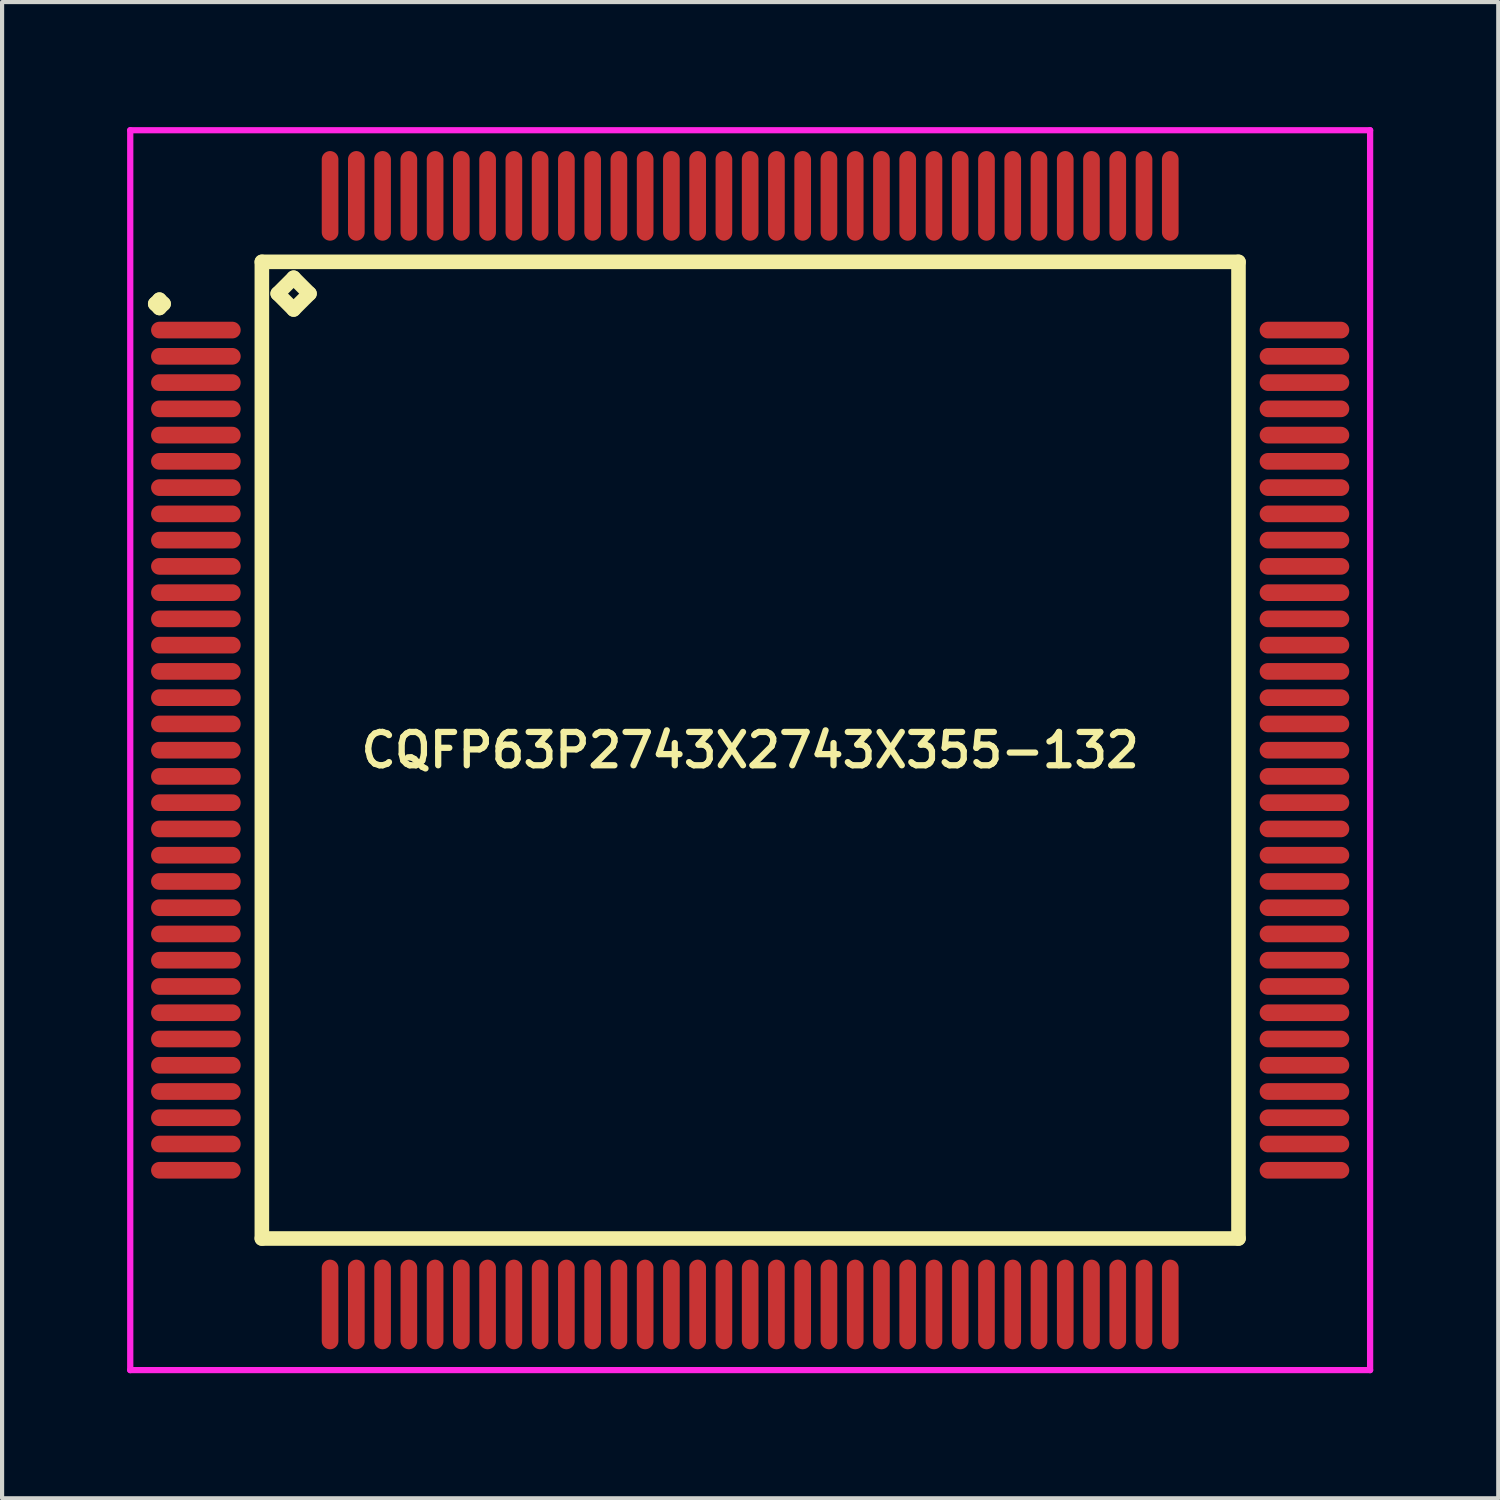
<source format=kicad_pcb>
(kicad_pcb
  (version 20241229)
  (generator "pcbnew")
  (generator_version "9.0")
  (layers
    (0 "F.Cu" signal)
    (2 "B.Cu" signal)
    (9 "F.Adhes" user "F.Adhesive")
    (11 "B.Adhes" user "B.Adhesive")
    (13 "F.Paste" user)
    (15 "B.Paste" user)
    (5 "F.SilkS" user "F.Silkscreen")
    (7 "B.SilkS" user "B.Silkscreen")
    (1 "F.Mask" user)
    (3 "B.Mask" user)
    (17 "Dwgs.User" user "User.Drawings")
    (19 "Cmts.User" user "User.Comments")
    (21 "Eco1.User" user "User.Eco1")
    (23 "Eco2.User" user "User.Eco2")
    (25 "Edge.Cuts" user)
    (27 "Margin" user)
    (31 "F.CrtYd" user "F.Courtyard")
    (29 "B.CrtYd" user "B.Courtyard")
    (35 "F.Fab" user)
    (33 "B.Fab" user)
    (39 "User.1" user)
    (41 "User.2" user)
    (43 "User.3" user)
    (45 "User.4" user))
  (footprint "CQFP63P2743X2743X355-132"
    (layer "F.Cu")
    (at 14.95 14.95)
    (property "Reference" "CQFP63P2743X2743X355-132" (at 0 0 0) (layer "F.SilkS") (effects (font (size 0.8 0.8) (thickness 0.15))))
    (attr smd)
    (fp_line (start -14.275 -10.71) (end -14.175 -10.81) (stroke (width 0.35) (type solid)) (layer "F.SilkS"))
    (fp_line (start -14.175 -10.81) (end -14.075 -10.71) (stroke (width 0.35) (type solid)) (layer "F.SilkS"))
    (fp_line (start -14.175 -10.61) (end -14.275 -10.71) (stroke (width 0.35) (type solid)) (layer "F.SilkS"))
    (fp_line (start -14.075 -10.71) (end -14.175 -10.61) (stroke (width 0.35) (type solid)) (layer "F.SilkS"))
    (fp_line (start -11.717 -11.717) (end -11.717 11.717) (stroke (width 0.35) (type solid)) (layer "F.SilkS"))
    (fp_line (start -11.717 11.717) (end 11.717 11.717) (stroke (width 0.35) (type solid)) (layer "F.SilkS"))
    (fp_line (start -11.336 -10.955) (end -10.955 -11.336) (stroke (width 0.35) (type solid)) (layer "F.SilkS"))
    (fp_line (start -10.955 -11.336) (end -10.574 -10.955) (stroke (width 0.35) (type solid)) (layer "F.SilkS"))
    (fp_line (start -10.955 -10.574) (end -11.336 -10.955) (stroke (width 0.35) (type solid)) (layer "F.SilkS"))
    (fp_line (start -10.574 -10.955) (end -10.955 -10.574) (stroke (width 0.35) (type solid)) (layer "F.SilkS"))
    (fp_line (start 11.717 -11.717) (end -11.717 -11.717) (stroke (width 0.35) (type solid)) (layer "F.SilkS"))
    (fp_line (start 11.717 11.717) (end 11.717 -11.717) (stroke (width 0.35) (type solid)) (layer "F.SilkS"))
    (fp_line (start -14.875 -14.875) (end 14.875 -14.875) (stroke (width 0.15) (type solid)) (layer "F.CrtYd"))
    (fp_line (start -14.875 14.875) (end -14.875 -14.875) (stroke (width 0.15) (type solid)) (layer "F.CrtYd"))
    (fp_line (start 14.875 -14.875) (end 14.875 14.875) (stroke (width 0.15) (type solid)) (layer "F.CrtYd"))
    (fp_line (start 14.875 14.875) (end -14.875 14.875) (stroke (width 0.15) (type solid)) (layer "F.CrtYd"))
    (pad "1" smd oval (at -13.3 -10.08) (size 2.15 0.4) (layers "F.Cu" "F.Mask" "F.Paste"))
    (pad "2" smd oval (at -13.3 -9.45) (size 2.15 0.4) (layers "F.Cu" "F.Mask" "F.Paste"))
    (pad "3" smd oval (at -13.3 -8.82) (size 2.15 0.4) (layers "F.Cu" "F.Mask" "F.Paste"))
    (pad "4" smd oval (at -13.3 -8.19) (size 2.15 0.4) (layers "F.Cu" "F.Mask" "F.Paste"))
    (pad "5" smd oval (at -13.3 -7.56) (size 2.15 0.4) (layers "F.Cu" "F.Mask" "F.Paste"))
    (pad "6" smd oval (at -13.3 -6.93) (size 2.15 0.4) (layers "F.Cu" "F.Mask" "F.Paste"))
    (pad "7" smd oval (at -13.3 -6.3) (size 2.15 0.4) (layers "F.Cu" "F.Mask" "F.Paste"))
    (pad "8" smd oval (at -13.3 -5.67) (size 2.15 0.4) (layers "F.Cu" "F.Mask" "F.Paste"))
    (pad "9" smd oval (at -13.3 -5.04) (size 2.15 0.4) (layers "F.Cu" "F.Mask" "F.Paste"))
    (pad "10" smd oval (at -13.3 -4.41) (size 2.15 0.4) (layers "F.Cu" "F.Mask" "F.Paste"))
    (pad "11" smd oval (at -13.3 -3.78) (size 2.15 0.4) (layers "F.Cu" "F.Mask" "F.Paste"))
    (pad "12" smd oval (at -13.3 -3.15) (size 2.15 0.4) (layers "F.Cu" "F.Mask" "F.Paste"))
    (pad "13" smd oval (at -13.3 -2.52) (size 2.15 0.4) (layers "F.Cu" "F.Mask" "F.Paste"))
    (pad "14" smd oval (at -13.3 -1.89) (size 2.15 0.4) (layers "F.Cu" "F.Mask" "F.Paste"))
    (pad "15" smd oval (at -13.3 -1.26) (size 2.15 0.4) (layers "F.Cu" "F.Mask" "F.Paste"))
    (pad "16" smd oval (at -13.3 -0.63) (size 2.15 0.4) (layers "F.Cu" "F.Mask" "F.Paste"))
    (pad "17" smd oval (at -13.3 0) (size 2.15 0.4) (layers "F.Cu" "F.Mask" "F.Paste"))
    (pad "18" smd oval (at -13.3 0.63) (size 2.15 0.4) (layers "F.Cu" "F.Mask" "F.Paste"))
    (pad "19" smd oval (at -13.3 1.26) (size 2.15 0.4) (layers "F.Cu" "F.Mask" "F.Paste"))
    (pad "20" smd oval (at -13.3 1.89) (size 2.15 0.4) (layers "F.Cu" "F.Mask" "F.Paste"))
    (pad "21" smd oval (at -13.3 2.52) (size 2.15 0.4) (layers "F.Cu" "F.Mask" "F.Paste"))
    (pad "22" smd oval (at -13.3 3.15) (size 2.15 0.4) (layers "F.Cu" "F.Mask" "F.Paste"))
    (pad "23" smd oval (at -13.3 3.78) (size 2.15 0.4) (layers "F.Cu" "F.Mask" "F.Paste"))
    (pad "24" smd oval (at -13.3 4.41) (size 2.15 0.4) (layers "F.Cu" "F.Mask" "F.Paste"))
    (pad "25" smd oval (at -13.3 5.04) (size 2.15 0.4) (layers "F.Cu" "F.Mask" "F.Paste"))
    (pad "26" smd oval (at -13.3 5.67) (size 2.15 0.4) (layers "F.Cu" "F.Mask" "F.Paste"))
    (pad "27" smd oval (at -13.3 6.3) (size 2.15 0.4) (layers "F.Cu" "F.Mask" "F.Paste"))
    (pad "28" smd oval (at -13.3 6.93) (size 2.15 0.4) (layers "F.Cu" "F.Mask" "F.Paste"))
    (pad "29" smd oval (at -13.3 7.56) (size 2.15 0.4) (layers "F.Cu" "F.Mask" "F.Paste"))
    (pad "30" smd oval (at -13.3 8.19) (size 2.15 0.4) (layers "F.Cu" "F.Mask" "F.Paste"))
    (pad "31" smd oval (at -13.3 8.82) (size 2.15 0.4) (layers "F.Cu" "F.Mask" "F.Paste"))
    (pad "32" smd oval (at -13.3 9.45) (size 2.15 0.4) (layers "F.Cu" "F.Mask" "F.Paste"))
    (pad "33" smd oval (at -13.3 10.08) (size 2.15 0.4) (layers "F.Cu" "F.Mask" "F.Paste"))
    (pad "34" smd oval (at -10.08 13.3) (size 0.4 2.15) (layers "F.Cu" "F.Mask" "F.Paste"))
    (pad "35" smd oval (at -9.45 13.3) (size 0.4 2.15) (layers "F.Cu" "F.Mask" "F.Paste"))
    (pad "36" smd oval (at -8.82 13.3) (size 0.4 2.15) (layers "F.Cu" "F.Mask" "F.Paste"))
    (pad "37" smd oval (at -8.19 13.3) (size 0.4 2.15) (layers "F.Cu" "F.Mask" "F.Paste"))
    (pad "38" smd oval (at -7.56 13.3) (size 0.4 2.15) (layers "F.Cu" "F.Mask" "F.Paste"))
    (pad "39" smd oval (at -6.93 13.3) (size 0.4 2.15) (layers "F.Cu" "F.Mask" "F.Paste"))
    (pad "40" smd oval (at -6.3 13.3) (size 0.4 2.15) (layers "F.Cu" "F.Mask" "F.Paste"))
    (pad "41" smd oval (at -5.67 13.3) (size 0.4 2.15) (layers "F.Cu" "F.Mask" "F.Paste"))
    (pad "42" smd oval (at -5.04 13.3) (size 0.4 2.15) (layers "F.Cu" "F.Mask" "F.Paste"))
    (pad "43" smd oval (at -4.41 13.3) (size 0.4 2.15) (layers "F.Cu" "F.Mask" "F.Paste"))
    (pad "44" smd oval (at -3.78 13.3) (size 0.4 2.15) (layers "F.Cu" "F.Mask" "F.Paste"))
    (pad "45" smd oval (at -3.15 13.3) (size 0.4 2.15) (layers "F.Cu" "F.Mask" "F.Paste"))
    (pad "46" smd oval (at -2.52 13.3) (size 0.4 2.15) (layers "F.Cu" "F.Mask" "F.Paste"))
    (pad "47" smd oval (at -1.89 13.3) (size 0.4 2.15) (layers "F.Cu" "F.Mask" "F.Paste"))
    (pad "48" smd oval (at -1.26 13.3) (size 0.4 2.15) (layers "F.Cu" "F.Mask" "F.Paste"))
    (pad "49" smd oval (at -0.63 13.3) (size 0.4 2.15) (layers "F.Cu" "F.Mask" "F.Paste"))
    (pad "50" smd oval (at 0 13.3) (size 0.4 2.15) (layers "F.Cu" "F.Mask" "F.Paste"))
    (pad "51" smd oval (at 0.63 13.3) (size 0.4 2.15) (layers "F.Cu" "F.Mask" "F.Paste"))
    (pad "52" smd oval (at 1.26 13.3) (size 0.4 2.15) (layers "F.Cu" "F.Mask" "F.Paste"))
    (pad "53" smd oval (at 1.89 13.3) (size 0.4 2.15) (layers "F.Cu" "F.Mask" "F.Paste"))
    (pad "54" smd oval (at 2.52 13.3) (size 0.4 2.15) (layers "F.Cu" "F.Mask" "F.Paste"))
    (pad "55" smd oval (at 3.15 13.3) (size 0.4 2.15) (layers "F.Cu" "F.Mask" "F.Paste"))
    (pad "56" smd oval (at 3.78 13.3) (size 0.4 2.15) (layers "F.Cu" "F.Mask" "F.Paste"))
    (pad "57" smd oval (at 4.41 13.3) (size 0.4 2.15) (layers "F.Cu" "F.Mask" "F.Paste"))
    (pad "58" smd oval (at 5.04 13.3) (size 0.4 2.15) (layers "F.Cu" "F.Mask" "F.Paste"))
    (pad "59" smd oval (at 5.67 13.3) (size 0.4 2.15) (layers "F.Cu" "F.Mask" "F.Paste"))
    (pad "60" smd oval (at 6.3 13.3) (size 0.4 2.15) (layers "F.Cu" "F.Mask" "F.Paste"))
    (pad "61" smd oval (at 6.93 13.3) (size 0.4 2.15) (layers "F.Cu" "F.Mask" "F.Paste"))
    (pad "62" smd oval (at 7.56 13.3) (size 0.4 2.15) (layers "F.Cu" "F.Mask" "F.Paste"))
    (pad "63" smd oval (at 8.19 13.3) (size 0.4 2.15) (layers "F.Cu" "F.Mask" "F.Paste"))
    (pad "64" smd oval (at 8.82 13.3) (size 0.4 2.15) (layers "F.Cu" "F.Mask" "F.Paste"))
    (pad "65" smd oval (at 9.45 13.3) (size 0.4 2.15) (layers "F.Cu" "F.Mask" "F.Paste"))
    (pad "66" smd oval (at 10.08 13.3) (size 0.4 2.15) (layers "F.Cu" "F.Mask" "F.Paste"))
    (pad "67" smd oval (at 13.3 10.08) (size 2.15 0.4) (layers "F.Cu" "F.Mask" "F.Paste"))
    (pad "68" smd oval (at 13.3 9.45) (size 2.15 0.4) (layers "F.Cu" "F.Mask" "F.Paste"))
    (pad "69" smd oval (at 13.3 8.82) (size 2.15 0.4) (layers "F.Cu" "F.Mask" "F.Paste"))
    (pad "70" smd oval (at 13.3 8.19) (size 2.15 0.4) (layers "F.Cu" "F.Mask" "F.Paste"))
    (pad "71" smd oval (at 13.3 7.56) (size 2.15 0.4) (layers "F.Cu" "F.Mask" "F.Paste"))
    (pad "72" smd oval (at 13.3 6.93) (size 2.15 0.4) (layers "F.Cu" "F.Mask" "F.Paste"))
    (pad "73" smd oval (at 13.3 6.3) (size 2.15 0.4) (layers "F.Cu" "F.Mask" "F.Paste"))
    (pad "74" smd oval (at 13.3 5.67) (size 2.15 0.4) (layers "F.Cu" "F.Mask" "F.Paste"))
    (pad "75" smd oval (at 13.3 5.04) (size 2.15 0.4) (layers "F.Cu" "F.Mask" "F.Paste"))
    (pad "76" smd oval (at 13.3 4.41) (size 2.15 0.4) (layers "F.Cu" "F.Mask" "F.Paste"))
    (pad "77" smd oval (at 13.3 3.78) (size 2.15 0.4) (layers "F.Cu" "F.Mask" "F.Paste"))
    (pad "78" smd oval (at 13.3 3.15) (size 2.15 0.4) (layers "F.Cu" "F.Mask" "F.Paste"))
    (pad "79" smd oval (at 13.3 2.52) (size 2.15 0.4) (layers "F.Cu" "F.Mask" "F.Paste"))
    (pad "80" smd oval (at 13.3 1.89) (size 2.15 0.4) (layers "F.Cu" "F.Mask" "F.Paste"))
    (pad "81" smd oval (at 13.3 1.26) (size 2.15 0.4) (layers "F.Cu" "F.Mask" "F.Paste"))
    (pad "82" smd oval (at 13.3 0.63) (size 2.15 0.4) (layers "F.Cu" "F.Mask" "F.Paste"))
    (pad "83" smd oval (at 13.3 0) (size 2.15 0.4) (layers "F.Cu" "F.Mask" "F.Paste"))
    (pad "84" smd oval (at 13.3 -0.63) (size 2.15 0.4) (layers "F.Cu" "F.Mask" "F.Paste"))
    (pad "85" smd oval (at 13.3 -1.26) (size 2.15 0.4) (layers "F.Cu" "F.Mask" "F.Paste"))
    (pad "86" smd oval (at 13.3 -1.89) (size 2.15 0.4) (layers "F.Cu" "F.Mask" "F.Paste"))
    (pad "87" smd oval (at 13.3 -2.52) (size 2.15 0.4) (layers "F.Cu" "F.Mask" "F.Paste"))
    (pad "88" smd oval (at 13.3 -3.15) (size 2.15 0.4) (layers "F.Cu" "F.Mask" "F.Paste"))
    (pad "89" smd oval (at 13.3 -3.78) (size 2.15 0.4) (layers "F.Cu" "F.Mask" "F.Paste"))
    (pad "90" smd oval (at 13.3 -4.41) (size 2.15 0.4) (layers "F.Cu" "F.Mask" "F.Paste"))
    (pad "91" smd oval (at 13.3 -5.04) (size 2.15 0.4) (layers "F.Cu" "F.Mask" "F.Paste"))
    (pad "92" smd oval (at 13.3 -5.67) (size 2.15 0.4) (layers "F.Cu" "F.Mask" "F.Paste"))
    (pad "93" smd oval (at 13.3 -6.3) (size 2.15 0.4) (layers "F.Cu" "F.Mask" "F.Paste"))
    (pad "94" smd oval (at 13.3 -6.93) (size 2.15 0.4) (layers "F.Cu" "F.Mask" "F.Paste"))
    (pad "95" smd oval (at 13.3 -7.56) (size 2.15 0.4) (layers "F.Cu" "F.Mask" "F.Paste"))
    (pad "96" smd oval (at 13.3 -8.19) (size 2.15 0.4) (layers "F.Cu" "F.Mask" "F.Paste"))
    (pad "97" smd oval (at 13.3 -8.82) (size 2.15 0.4) (layers "F.Cu" "F.Mask" "F.Paste"))
    (pad "98" smd oval (at 13.3 -9.45) (size 2.15 0.4) (layers "F.Cu" "F.Mask" "F.Paste"))
    (pad "99" smd oval (at 13.3 -10.08) (size 2.15 0.4) (layers "F.Cu" "F.Mask" "F.Paste"))
    (pad "100" smd oval (at 10.08 -13.3) (size 0.4 2.15) (layers "F.Cu" "F.Mask" "F.Paste"))
    (pad "101" smd oval (at 9.45 -13.3) (size 0.4 2.15) (layers "F.Cu" "F.Mask" "F.Paste"))
    (pad "102" smd oval (at 8.82 -13.3) (size 0.4 2.15) (layers "F.Cu" "F.Mask" "F.Paste"))
    (pad "103" smd oval (at 8.19 -13.3) (size 0.4 2.15) (layers "F.Cu" "F.Mask" "F.Paste"))
    (pad "104" smd oval (at 7.56 -13.3) (size 0.4 2.15) (layers "F.Cu" "F.Mask" "F.Paste"))
    (pad "105" smd oval (at 6.93 -13.3) (size 0.4 2.15) (layers "F.Cu" "F.Mask" "F.Paste"))
    (pad "106" smd oval (at 6.3 -13.3) (size 0.4 2.15) (layers "F.Cu" "F.Mask" "F.Paste"))
    (pad "107" smd oval (at 5.67 -13.3) (size 0.4 2.15) (layers "F.Cu" "F.Mask" "F.Paste"))
    (pad "108" smd oval (at 5.04 -13.3) (size 0.4 2.15) (layers "F.Cu" "F.Mask" "F.Paste"))
    (pad "109" smd oval (at 4.41 -13.3) (size 0.4 2.15) (layers "F.Cu" "F.Mask" "F.Paste"))
    (pad "110" smd oval (at 3.78 -13.3) (size 0.4 2.15) (layers "F.Cu" "F.Mask" "F.Paste"))
    (pad "111" smd oval (at 3.15 -13.3) (size 0.4 2.15) (layers "F.Cu" "F.Mask" "F.Paste"))
    (pad "112" smd oval (at 2.52 -13.3) (size 0.4 2.15) (layers "F.Cu" "F.Mask" "F.Paste"))
    (pad "113" smd oval (at 1.89 -13.3) (size 0.4 2.15) (layers "F.Cu" "F.Mask" "F.Paste"))
    (pad "114" smd oval (at 1.26 -13.3) (size 0.4 2.15) (layers "F.Cu" "F.Mask" "F.Paste"))
    (pad "115" smd oval (at 0.63 -13.3) (size 0.4 2.15) (layers "F.Cu" "F.Mask" "F.Paste"))
    (pad "116" smd oval (at 0 -13.3) (size 0.4 2.15) (layers "F.Cu" "F.Mask" "F.Paste"))
    (pad "117" smd oval (at -0.63 -13.3) (size 0.4 2.15) (layers "F.Cu" "F.Mask" "F.Paste"))
    (pad "118" smd oval (at -1.26 -13.3) (size 0.4 2.15) (layers "F.Cu" "F.Mask" "F.Paste"))
    (pad "119" smd oval (at -1.89 -13.3) (size 0.4 2.15) (layers "F.Cu" "F.Mask" "F.Paste"))
    (pad "120" smd oval (at -2.52 -13.3) (size 0.4 2.15) (layers "F.Cu" "F.Mask" "F.Paste"))
    (pad "121" smd oval (at -3.15 -13.3) (size 0.4 2.15) (layers "F.Cu" "F.Mask" "F.Paste"))
    (pad "122" smd oval (at -3.78 -13.3) (size 0.4 2.15) (layers "F.Cu" "F.Mask" "F.Paste"))
    (pad "123" smd oval (at -4.41 -13.3) (size 0.4 2.15) (layers "F.Cu" "F.Mask" "F.Paste"))
    (pad "124" smd oval (at -5.04 -13.3) (size 0.4 2.15) (layers "F.Cu" "F.Mask" "F.Paste"))
    (pad "125" smd oval (at -5.67 -13.3) (size 0.4 2.15) (layers "F.Cu" "F.Mask" "F.Paste"))
    (pad "126" smd oval (at -6.3 -13.3) (size 0.4 2.15) (layers "F.Cu" "F.Mask" "F.Paste"))
    (pad "127" smd oval (at -6.93 -13.3) (size 0.4 2.15) (layers "F.Cu" "F.Mask" "F.Paste"))
    (pad "128" smd oval (at -7.56 -13.3) (size 0.4 2.15) (layers "F.Cu" "F.Mask" "F.Paste"))
    (pad "129" smd oval (at -8.19 -13.3) (size 0.4 2.15) (layers "F.Cu" "F.Mask" "F.Paste"))
    (pad "130" smd oval (at -8.82 -13.3) (size 0.4 2.15) (layers "F.Cu" "F.Mask" "F.Paste"))
    (pad "131" smd oval (at -9.45 -13.3) (size 0.4 2.15) (layers "F.Cu" "F.Mask" "F.Paste"))
    (pad "132" smd oval (at -10.08 -13.3) (size 0.4 2.15) (layers "F.Cu" "F.Mask" "F.Paste")))
  (gr_rect
    (start -3 -3)
    (end 32.9 32.9)
    (stroke (width 0.1) (type default))
    (fill no)
    (layer "Edge.Cuts")))
</source>
